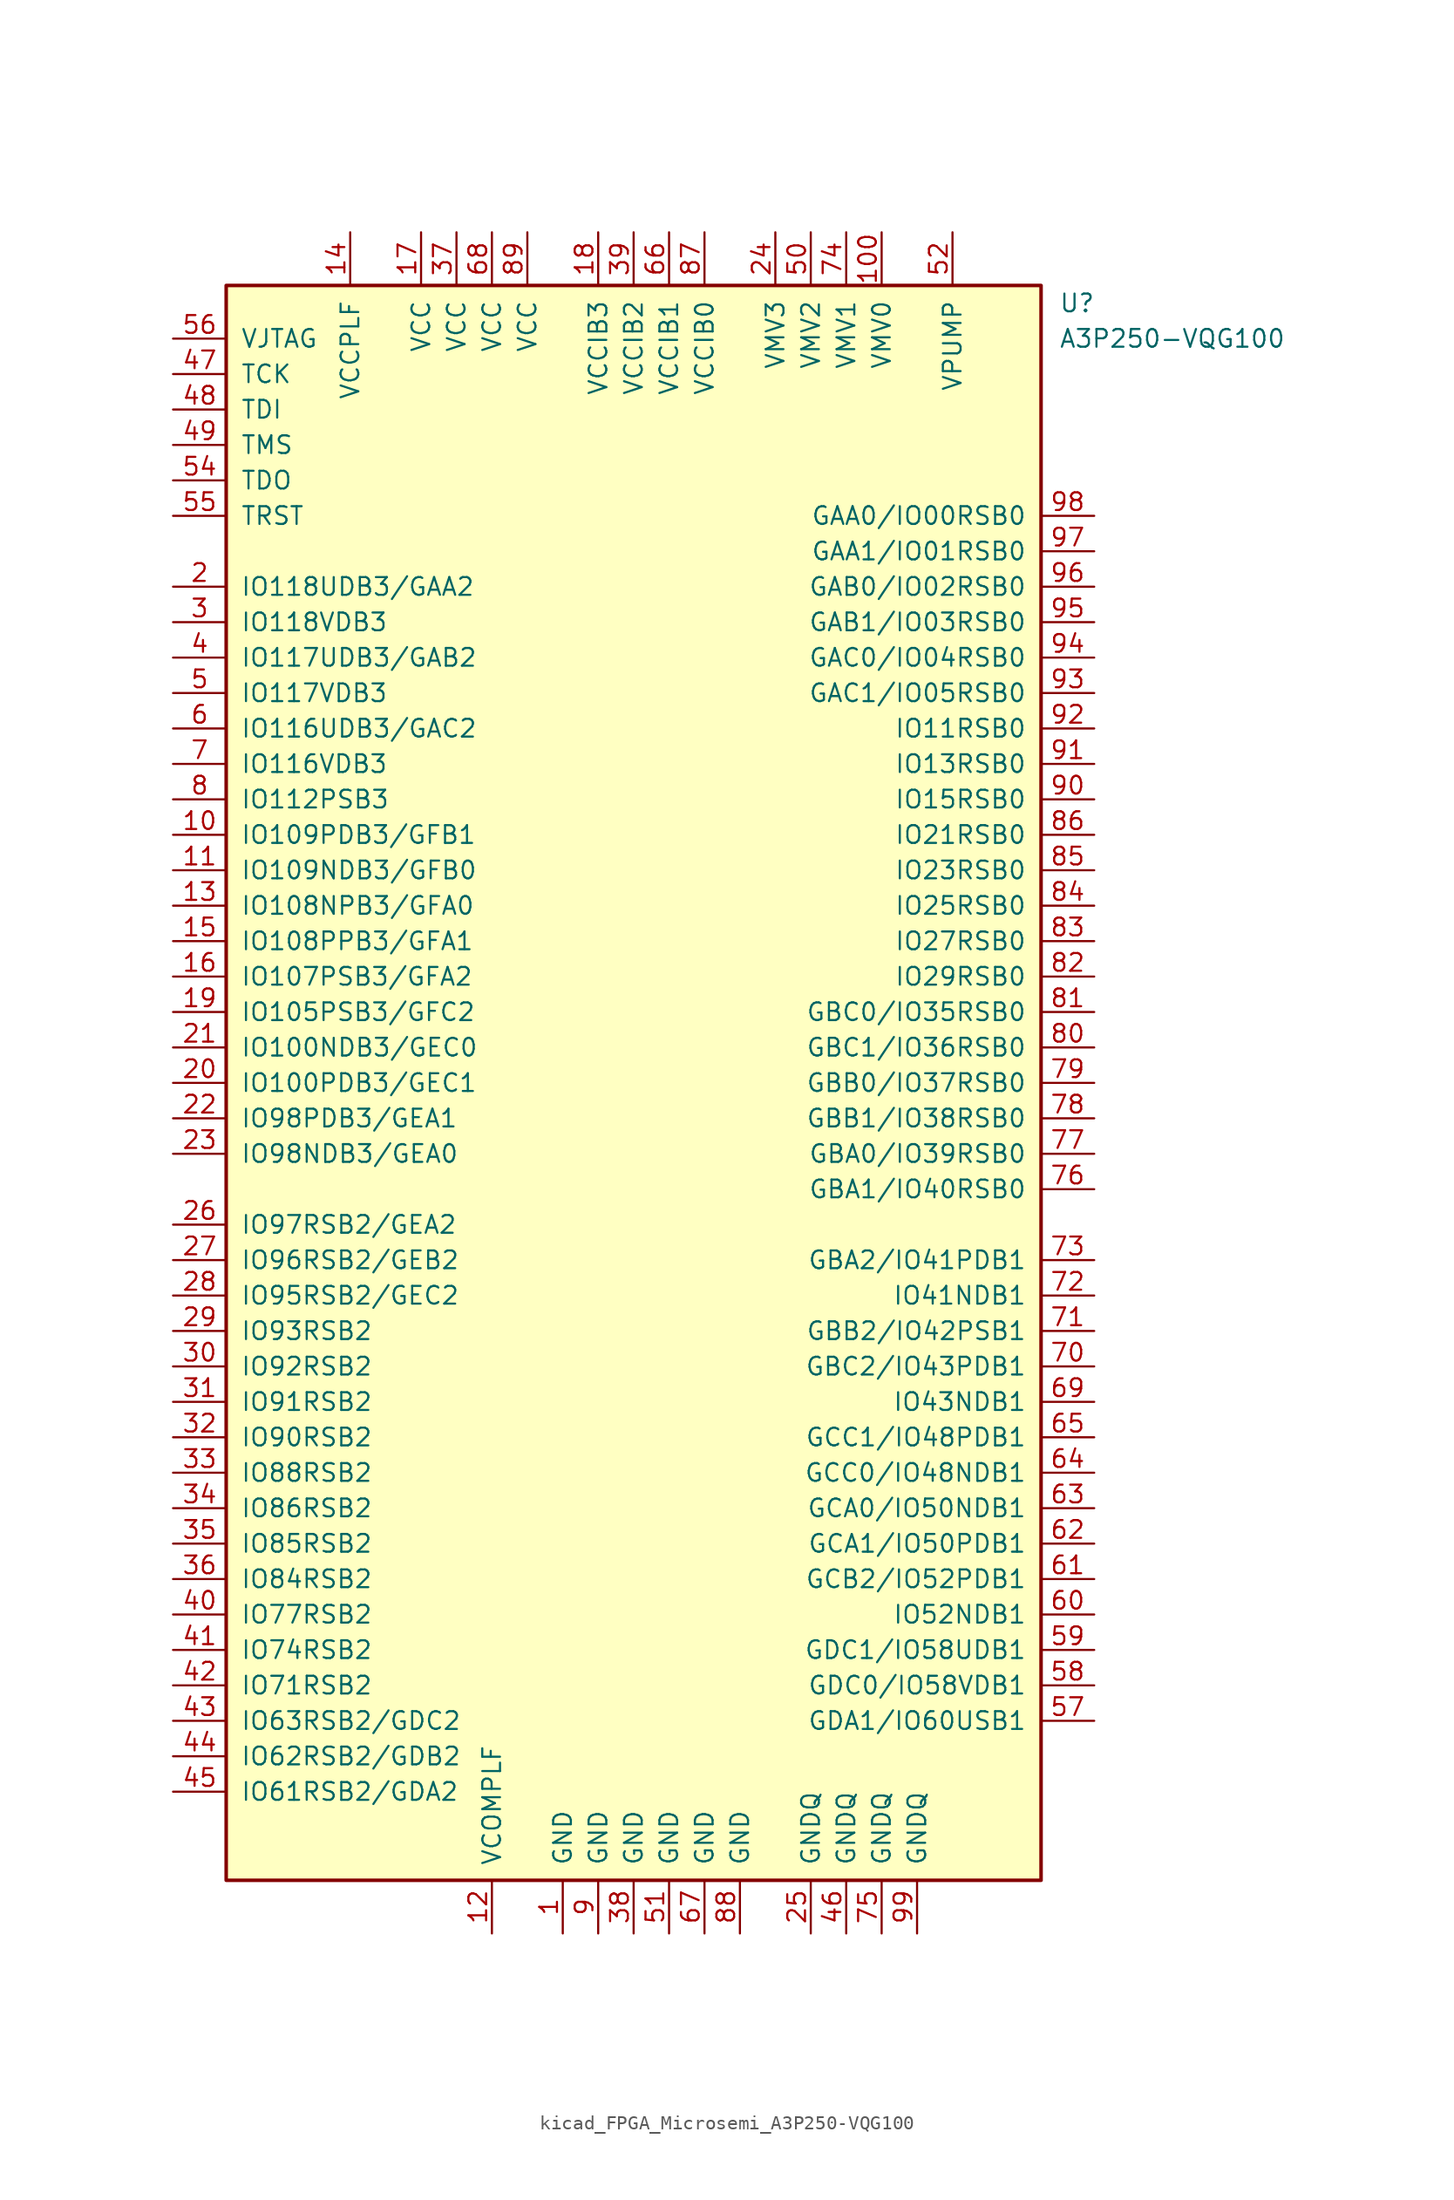
<source format=kicad_sym>
(kicad_symbol_lib
  (version 20220914)
  (generator kicad_symbol_editor)
  (symbol "kicad_FPGA_Microsemi_A3P250-VQG100"
    (pin_names
      (offset 1.016))
    (property "Reference" "U"
      (at 30.48 55.88 0)
      (effects (font (size 1.27 1.27)) (justify left)))
    (property "Value" "A3P250-VQG100"
      (at 30.48 53.34 0)
      (effects (font (size 1.27 1.27)) (justify left)))
    (symbol "kicad_FPGA_Microsemi_A3P250-VQG100_0_1"
      (rectangle (start -29.21 57.15) (end 29.21 -57.15) (stroke (width 0.254) (type default)) (fill (type background))))
    (symbol "kicad_FPGA_Microsemi_A3P250-VQG100_1_1"
      (pin power_out line (at -5.08 -60.96 90) (length 3.81) (name "GND" (effects (font (size 1.27 1.27)))) (number "1" (effects (font (size 1.27 1.27)))))
      (pin bidirectional line (at -33.02 17.78 0) (length 3.81) (name "IO109PDB3/GFB1" (effects (font (size 1.27 1.27)))) (number "10" (effects (font (size 1.27 1.27)))))
      (pin power_in line (at 17.78 60.96 270) (length 3.81) (name "VMV0" (effects (font (size 1.27 1.27)))) (number "100" (effects (font (size 1.27 1.27)))))
      (pin bidirectional line (at -33.02 15.24 0) (length 3.81) (name "IO109NDB3/GFB0" (effects (font (size 1.27 1.27)))) (number "11" (effects (font (size 1.27 1.27)))))
      (pin power_in line (at -10.16 -60.96 90) (length 3.81) (name "VCOMPLF" (effects (font (size 1.27 1.27)))) (number "12" (effects (font (size 1.27 1.27)))))
      (pin bidirectional line (at -33.02 12.7 0) (length 3.81) (name "IO108NPB3/GFA0" (effects (font (size 1.27 1.27)))) (number "13" (effects (font (size 1.27 1.27)))))
      (pin power_in line (at -20.32 60.96 270) (length 3.81) (name "VCCPLF" (effects (font (size 1.27 1.27)))) (number "14" (effects (font (size 1.27 1.27)))))
      (pin bidirectional line (at -33.02 10.16 0) (length 3.81) (name "IO108PPB3/GFA1" (effects (font (size 1.27 1.27)))) (number "15" (effects (font (size 1.27 1.27)))))
      (pin bidirectional line (at -33.02 7.62 0) (length 3.81) (name "IO107PSB3/GFA2" (effects (font (size 1.27 1.27)))) (number "16" (effects (font (size 1.27 1.27)))))
      (pin power_in line (at -15.24 60.96 270) (length 3.81) (name "VCC" (effects (font (size 1.27 1.27)))) (number "17" (effects (font (size 1.27 1.27)))))
      (pin power_in line (at -2.54 60.96 270) (length 3.81) (name "VCCIB3" (effects (font (size 1.27 1.27)))) (number "18" (effects (font (size 1.27 1.27)))))
      (pin bidirectional line (at -33.02 5.08 0) (length 3.81) (name "IO105PSB3/GFC2" (effects (font (size 1.27 1.27)))) (number "19" (effects (font (size 1.27 1.27)))))
      (pin bidirectional line (at -33.02 35.56 0) (length 3.81) (name "IO118UDB3/GAA2" (effects (font (size 1.27 1.27)))) (number "2" (effects (font (size 1.27 1.27)))))
      (pin bidirectional line (at -33.02 0 0) (length 3.81) (name "IO100PDB3/GEC1" (effects (font (size 1.27 1.27)))) (number "20" (effects (font (size 1.27 1.27)))))
      (pin bidirectional line (at -33.02 2.54 0) (length 3.81) (name "IO100NDB3/GEC0" (effects (font (size 1.27 1.27)))) (number "21" (effects (font (size 1.27 1.27)))))
      (pin bidirectional line (at -33.02 -2.54 0) (length 3.81) (name "IO98PDB3/GEA1" (effects (font (size 1.27 1.27)))) (number "22" (effects (font (size 1.27 1.27)))))
      (pin bidirectional line (at -33.02 -5.08 0) (length 3.81) (name "IO98NDB3/GEA0" (effects (font (size 1.27 1.27)))) (number "23" (effects (font (size 1.27 1.27)))))
      (pin bidirectional line (at 10.16 60.96 270) (length 3.81) (name "VMV3" (effects (font (size 1.27 1.27)))) (number "24" (effects (font (size 1.27 1.27)))))
      (pin bidirectional line (at 12.7 -60.96 90) (length 3.81) (name "GNDQ" (effects (font (size 1.27 1.27)))) (number "25" (effects (font (size 1.27 1.27)))))
      (pin bidirectional line (at -33.02 -10.16 0) (length 3.81) (name "IO97RSB2/GEA2" (effects (font (size 1.27 1.27)))) (number "26" (effects (font (size 1.27 1.27)))))
      (pin bidirectional line (at -33.02 -12.7 0) (length 3.81) (name "IO96RSB2/GEB2" (effects (font (size 1.27 1.27)))) (number "27" (effects (font (size 1.27 1.27)))))
      (pin bidirectional line (at -33.02 -15.24 0) (length 3.81) (name "IO95RSB2/GEC2" (effects (font (size 1.27 1.27)))) (number "28" (effects (font (size 1.27 1.27)))))
      (pin bidirectional line (at -33.02 -17.78 0) (length 3.81) (name "IO93RSB2" (effects (font (size 1.27 1.27)))) (number "29" (effects (font (size 1.27 1.27)))))
      (pin bidirectional line (at -33.02 33.02 0) (length 3.81) (name "IO118VDB3" (effects (font (size 1.27 1.27)))) (number "3" (effects (font (size 1.27 1.27)))))
      (pin bidirectional line (at -33.02 -20.32 0) (length 3.81) (name "IO92RSB2" (effects (font (size 1.27 1.27)))) (number "30" (effects (font (size 1.27 1.27)))))
      (pin bidirectional line (at -33.02 -22.86 0) (length 3.81) (name "IO91RSB2" (effects (font (size 1.27 1.27)))) (number "31" (effects (font (size 1.27 1.27)))))
      (pin bidirectional line (at -33.02 -25.4 0) (length 3.81) (name "IO90RSB2" (effects (font (size 1.27 1.27)))) (number "32" (effects (font (size 1.27 1.27)))))
      (pin bidirectional line (at -33.02 -27.94 0) (length 3.81) (name "IO88RSB2" (effects (font (size 1.27 1.27)))) (number "33" (effects (font (size 1.27 1.27)))))
      (pin bidirectional line (at -33.02 -30.48 0) (length 3.81) (name "IO86RSB2" (effects (font (size 1.27 1.27)))) (number "34" (effects (font (size 1.27 1.27)))))
      (pin bidirectional line (at -33.02 -33.02 0) (length 3.81) (name "IO85RSB2" (effects (font (size 1.27 1.27)))) (number "35" (effects (font (size 1.27 1.27)))))
      (pin bidirectional line (at -33.02 -35.56 0) (length 3.81) (name "IO84RSB2" (effects (font (size 1.27 1.27)))) (number "36" (effects (font (size 1.27 1.27)))))
      (pin power_in line (at -12.7 60.96 270) (length 3.81) (name "VCC" (effects (font (size 1.27 1.27)))) (number "37" (effects (font (size 1.27 1.27)))))
      (pin power_out line (at 0 -60.96 90) (length 3.81) (name "GND" (effects (font (size 1.27 1.27)))) (number "38" (effects (font (size 1.27 1.27)))))
      (pin power_in line (at 0 60.96 270) (length 3.81) (name "VCCIB2" (effects (font (size 1.27 1.27)))) (number "39" (effects (font (size 1.27 1.27)))))
      (pin bidirectional line (at -33.02 30.48 0) (length 3.81) (name "IO117UDB3/GAB2" (effects (font (size 1.27 1.27)))) (number "4" (effects (font (size 1.27 1.27)))))
      (pin bidirectional line (at -33.02 -38.1 0) (length 3.81) (name "IO77RSB2" (effects (font (size 1.27 1.27)))) (number "40" (effects (font (size 1.27 1.27)))))
      (pin bidirectional line (at -33.02 -40.64 0) (length 3.81) (name "IO74RSB2" (effects (font (size 1.27 1.27)))) (number "41" (effects (font (size 1.27 1.27)))))
      (pin bidirectional line (at -33.02 -43.18 0) (length 3.81) (name "IO71RSB2" (effects (font (size 1.27 1.27)))) (number "42" (effects (font (size 1.27 1.27)))))
      (pin bidirectional line (at -33.02 -45.72 0) (length 3.81) (name "IO63RSB2/GDC2" (effects (font (size 1.27 1.27)))) (number "43" (effects (font (size 1.27 1.27)))))
      (pin bidirectional line (at -33.02 -48.26 0) (length 3.81) (name "IO62RSB2/GDB2" (effects (font (size 1.27 1.27)))) (number "44" (effects (font (size 1.27 1.27)))))
      (pin bidirectional line (at -33.02 -50.8 0) (length 3.81) (name "IO61RSB2/GDA2" (effects (font (size 1.27 1.27)))) (number "45" (effects (font (size 1.27 1.27)))))
      (pin power_out line (at 15.24 -60.96 90) (length 3.81) (name "GNDQ" (effects (font (size 1.27 1.27)))) (number "46" (effects (font (size 1.27 1.27)))))
      (pin bidirectional line (at -33.02 50.8 0) (length 3.81) (name "TCK" (effects (font (size 1.27 1.27)))) (number "47" (effects (font (size 1.27 1.27)))))
      (pin bidirectional line (at -33.02 48.26 0) (length 3.81) (name "TDI" (effects (font (size 1.27 1.27)))) (number "48" (effects (font (size 1.27 1.27)))))
      (pin bidirectional line (at -33.02 45.72 0) (length 3.81) (name "TMS" (effects (font (size 1.27 1.27)))) (number "49" (effects (font (size 1.27 1.27)))))
      (pin bidirectional line (at -33.02 27.94 0) (length 3.81) (name "IO117VDB3" (effects (font (size 1.27 1.27)))) (number "5" (effects (font (size 1.27 1.27)))))
      (pin power_in line (at 12.7 60.96 270) (length 3.81) (name "VMV2" (effects (font (size 1.27 1.27)))) (number "50" (effects (font (size 1.27 1.27)))))
      (pin power_out line (at 2.54 -60.96 90) (length 3.81) (name "GND" (effects (font (size 1.27 1.27)))) (number "51" (effects (font (size 1.27 1.27)))))
      (pin power_in line (at 22.86 60.96 270) (length 3.81) (name "VPUMP" (effects (font (size 1.27 1.27)))) (number "52" (effects (font (size 1.27 1.27)))))
      (pin bidirectional line (at -33.02 43.18 0) (length 3.81) (name "TDO" (effects (font (size 1.27 1.27)))) (number "54" (effects (font (size 1.27 1.27)))))
      (pin bidirectional line (at -33.02 40.64 0) (length 3.81) (name "TRST" (effects (font (size 1.27 1.27)))) (number "55" (effects (font (size 1.27 1.27)))))
      (pin bidirectional line (at -33.02 53.34 0) (length 3.81) (name "VJTAG" (effects (font (size 1.27 1.27)))) (number "56" (effects (font (size 1.27 1.27)))))
      (pin bidirectional line (at 33.02 -45.72 180) (length 3.81) (name "GDA1/IO60USB1" (effects (font (size 1.27 1.27)))) (number "57" (effects (font (size 1.27 1.27)))))
      (pin bidirectional line (at 33.02 -43.18 180) (length 3.81) (name "GDC0/IO58VDB1" (effects (font (size 1.27 1.27)))) (number "58" (effects (font (size 1.27 1.27)))))
      (pin bidirectional line (at 33.02 -40.64 180) (length 3.81) (name "GDC1/IO58UDB1" (effects (font (size 1.27 1.27)))) (number "59" (effects (font (size 1.27 1.27)))))
      (pin bidirectional line (at -33.02 25.4 0) (length 3.81) (name "IO116UDB3/GAC2" (effects (font (size 1.27 1.27)))) (number "6" (effects (font (size 1.27 1.27)))))
      (pin bidirectional line (at 33.02 -38.1 180) (length 3.81) (name "IO52NDB1" (effects (font (size 1.27 1.27)))) (number "60" (effects (font (size 1.27 1.27)))))
      (pin bidirectional line (at 33.02 -35.56 180) (length 3.81) (name "GCB2/IO52PDB1" (effects (font (size 1.27 1.27)))) (number "61" (effects (font (size 1.27 1.27)))))
      (pin bidirectional line (at 33.02 -33.02 180) (length 3.81) (name "GCA1/IO50PDB1" (effects (font (size 1.27 1.27)))) (number "62" (effects (font (size 1.27 1.27)))))
      (pin bidirectional line (at 33.02 -30.48 180) (length 3.81) (name "GCA0/IO50NDB1" (effects (font (size 1.27 1.27)))) (number "63" (effects (font (size 1.27 1.27)))))
      (pin bidirectional line (at 33.02 -27.94 180) (length 3.81) (name "GCC0/IO48NDB1" (effects (font (size 1.27 1.27)))) (number "64" (effects (font (size 1.27 1.27)))))
      (pin bidirectional line (at 33.02 -25.4 180) (length 3.81) (name "GCC1/IO48PDB1" (effects (font (size 1.27 1.27)))) (number "65" (effects (font (size 1.27 1.27)))))
      (pin bidirectional line (at 2.54 60.96 270) (length 3.81) (name "VCCIB1" (effects (font (size 1.27 1.27)))) (number "66" (effects (font (size 1.27 1.27)))))
      (pin power_out line (at 5.08 -60.96 90) (length 3.81) (name "GND" (effects (font (size 1.27 1.27)))) (number "67" (effects (font (size 1.27 1.27)))))
      (pin power_in line (at -10.16 60.96 270) (length 3.81) (name "VCC" (effects (font (size 1.27 1.27)))) (number "68" (effects (font (size 1.27 1.27)))))
      (pin bidirectional line (at 33.02 -22.86 180) (length 3.81) (name "IO43NDB1" (effects (font (size 1.27 1.27)))) (number "69" (effects (font (size 1.27 1.27)))))
      (pin input line (at -33.02 22.86 0) (length 3.81) (name "IO116VDB3" (effects (font (size 1.27 1.27)))) (number "7" (effects (font (size 1.27 1.27)))))
      (pin bidirectional line (at 33.02 -20.32 180) (length 3.81) (name "GBC2/IO43PDB1" (effects (font (size 1.27 1.27)))) (number "70" (effects (font (size 1.27 1.27)))))
      (pin bidirectional line (at 33.02 -17.78 180) (length 3.81) (name "GBB2/IO42PSB1" (effects (font (size 1.27 1.27)))) (number "71" (effects (font (size 1.27 1.27)))))
      (pin bidirectional line (at 33.02 -15.24 180) (length 3.81) (name "IO41NDB1" (effects (font (size 1.27 1.27)))) (number "72" (effects (font (size 1.27 1.27)))))
      (pin bidirectional line (at 33.02 -12.7 180) (length 3.81) (name "GBA2/IO41PDB1" (effects (font (size 1.27 1.27)))) (number "73" (effects (font (size 1.27 1.27)))))
      (pin bidirectional line (at 15.24 60.96 270) (length 3.81) (name "VMV1" (effects (font (size 1.27 1.27)))) (number "74" (effects (font (size 1.27 1.27)))))
      (pin bidirectional line (at 17.78 -60.96 90) (length 3.81) (name "GNDQ" (effects (font (size 1.27 1.27)))) (number "75" (effects (font (size 1.27 1.27)))))
      (pin bidirectional line (at 33.02 -7.62 180) (length 3.81) (name "GBA1/IO40RSB0" (effects (font (size 1.27 1.27)))) (number "76" (effects (font (size 1.27 1.27)))))
      (pin bidirectional line (at 33.02 -5.08 180) (length 3.81) (name "GBA0/IO39RSB0" (effects (font (size 1.27 1.27)))) (number "77" (effects (font (size 1.27 1.27)))))
      (pin bidirectional line (at 33.02 -2.54 180) (length 3.81) (name "GBB1/IO38RSB0" (effects (font (size 1.27 1.27)))) (number "78" (effects (font (size 1.27 1.27)))))
      (pin bidirectional line (at 33.02 0 180) (length 3.81) (name "GBB0/IO37RSB0" (effects (font (size 1.27 1.27)))) (number "79" (effects (font (size 1.27 1.27)))))
      (pin bidirectional line (at -33.02 20.32 0) (length 3.81) (name "IO112PSB3" (effects (font (size 1.27 1.27)))) (number "8" (effects (font (size 1.27 1.27)))))
      (pin bidirectional line (at 33.02 2.54 180) (length 3.81) (name "GBC1/IO36RSB0" (effects (font (size 1.27 1.27)))) (number "80" (effects (font (size 1.27 1.27)))))
      (pin bidirectional line (at 33.02 5.08 180) (length 3.81) (name "GBC0/IO35RSB0" (effects (font (size 1.27 1.27)))) (number "81" (effects (font (size 1.27 1.27)))))
      (pin bidirectional line (at 33.02 7.62 180) (length 3.81) (name "IO29RSB0" (effects (font (size 1.27 1.27)))) (number "82" (effects (font (size 1.27 1.27)))))
      (pin bidirectional line (at 33.02 10.16 180) (length 3.81) (name "IO27RSB0" (effects (font (size 1.27 1.27)))) (number "83" (effects (font (size 1.27 1.27)))))
      (pin bidirectional line (at 33.02 12.7 180) (length 3.81) (name "IO25RSB0" (effects (font (size 1.27 1.27)))) (number "84" (effects (font (size 1.27 1.27)))))
      (pin bidirectional line (at 33.02 15.24 180) (length 3.81) (name "IO23RSB0" (effects (font (size 1.27 1.27)))) (number "85" (effects (font (size 1.27 1.27)))))
      (pin bidirectional line (at 33.02 17.78 180) (length 3.81) (name "IO21RSB0" (effects (font (size 1.27 1.27)))) (number "86" (effects (font (size 1.27 1.27)))))
      (pin power_in line (at 5.08 60.96 270) (length 3.81) (name "VCCIB0" (effects (font (size 1.27 1.27)))) (number "87" (effects (font (size 1.27 1.27)))))
      (pin power_out line (at 7.62 -60.96 90) (length 3.81) (name "GND" (effects (font (size 1.27 1.27)))) (number "88" (effects (font (size 1.27 1.27)))))
      (pin power_in line (at -7.62 60.96 270) (length 3.81) (name "VCC" (effects (font (size 1.27 1.27)))) (number "89" (effects (font (size 1.27 1.27)))))
      (pin power_out line (at -2.54 -60.96 90) (length 3.81) (name "GND" (effects (font (size 1.27 1.27)))) (number "9" (effects (font (size 1.27 1.27)))))
      (pin input line (at 33.02 20.32 180) (length 3.81) (name "IO15RSB0" (effects (font (size 1.27 1.27)))) (number "90" (effects (font (size 1.27 1.27)))))
      (pin bidirectional line (at 33.02 22.86 180) (length 3.81) (name "IO13RSB0" (effects (font (size 1.27 1.27)))) (number "91" (effects (font (size 1.27 1.27)))))
      (pin bidirectional line (at 33.02 25.4 180) (length 3.81) (name "IO11RSB0" (effects (font (size 1.27 1.27)))) (number "92" (effects (font (size 1.27 1.27)))))
      (pin bidirectional line (at 33.02 27.94 180) (length 3.81) (name "GAC1/IO05RSB0" (effects (font (size 1.27 1.27)))) (number "93" (effects (font (size 1.27 1.27)))))
      (pin bidirectional line (at 33.02 30.48 180) (length 3.81) (name "GAC0/IO04RSB0" (effects (font (size 1.27 1.27)))) (number "94" (effects (font (size 1.27 1.27)))))
      (pin bidirectional line (at 33.02 33.02 180) (length 3.81) (name "GAB1/IO03RSB0" (effects (font (size 1.27 1.27)))) (number "95" (effects (font (size 1.27 1.27)))))
      (pin bidirectional line (at 33.02 35.56 180) (length 3.81) (name "GAB0/IO02RSB0" (effects (font (size 1.27 1.27)))) (number "96" (effects (font (size 1.27 1.27)))))
      (pin bidirectional line (at 33.02 38.1 180) (length 3.81) (name "GAA1/IO01RSB0" (effects (font (size 1.27 1.27)))) (number "97" (effects (font (size 1.27 1.27)))))
      (pin bidirectional line (at 33.02 40.64 180) (length 3.81) (name "GAA0/IO00RSB0" (effects (font (size 1.27 1.27)))) (number "98" (effects (font (size 1.27 1.27)))))
      (pin power_out line (at 20.32 -60.96 90) (length 3.81) (name "GNDQ" (effects (font (size 1.27 1.27)))) (number "99" (effects (font (size 1.27 1.27))))))))
</source>
